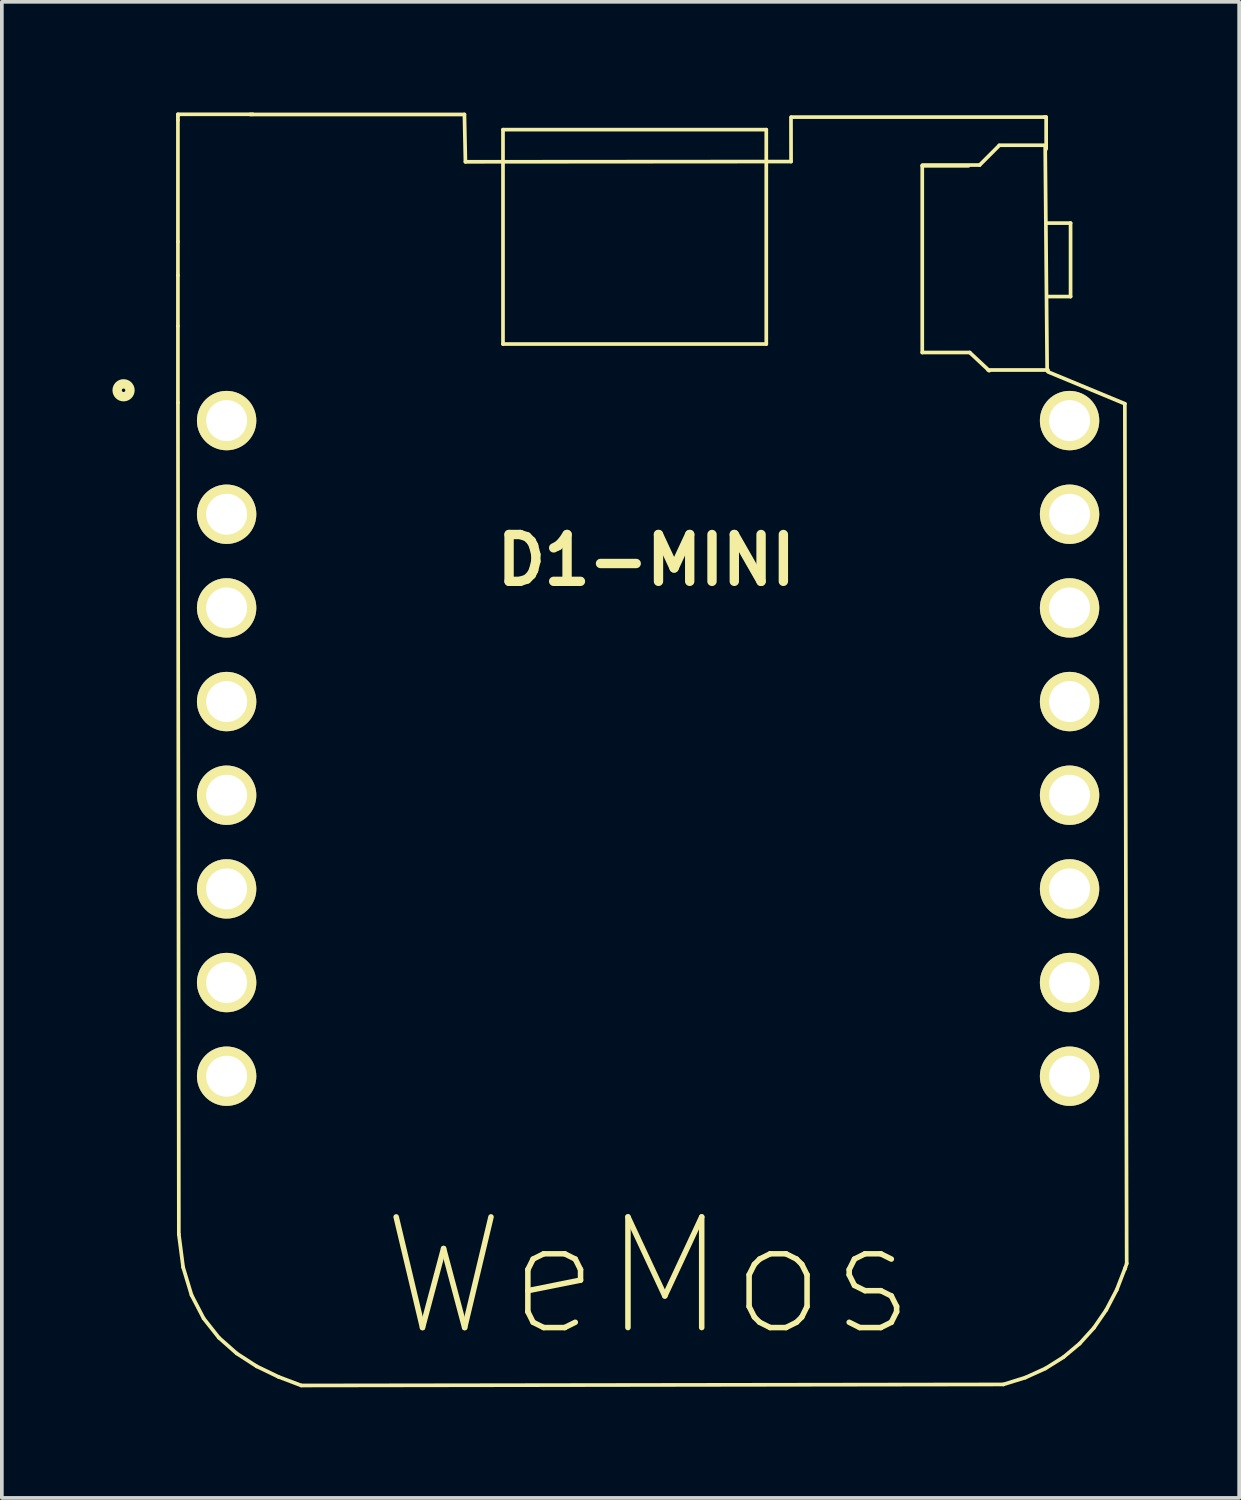
<source format=kicad_pcb>
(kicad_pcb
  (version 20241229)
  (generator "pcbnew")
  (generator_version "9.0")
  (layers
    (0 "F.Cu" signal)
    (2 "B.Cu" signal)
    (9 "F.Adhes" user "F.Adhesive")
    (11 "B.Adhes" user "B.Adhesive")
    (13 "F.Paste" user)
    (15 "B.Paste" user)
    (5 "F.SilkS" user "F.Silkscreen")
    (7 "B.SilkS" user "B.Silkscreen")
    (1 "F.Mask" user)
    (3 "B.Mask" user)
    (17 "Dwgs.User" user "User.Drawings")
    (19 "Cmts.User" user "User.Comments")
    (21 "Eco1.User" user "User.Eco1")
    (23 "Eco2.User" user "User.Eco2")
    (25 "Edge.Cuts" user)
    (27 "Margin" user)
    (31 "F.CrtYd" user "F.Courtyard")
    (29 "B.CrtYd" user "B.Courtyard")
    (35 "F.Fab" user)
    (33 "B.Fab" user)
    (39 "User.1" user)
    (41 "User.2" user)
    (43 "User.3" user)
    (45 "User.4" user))
  (footprint "D1-MINI"
    (layer "F.Cu")
    (at 14.526 17.246)
    (property "Reference" "D1-MINI" (at -0.051 -5.105 0) (layer "F.SilkS") (effects (font (size 1.27 1.27) (thickness 0.254))))
    (attr through_hole)
    (fp_line (start -12.751 -17.196) (end -10.719 -17.196) (stroke (width 0.1) (type solid)) (layer "F.SilkS"))
    (fp_line (start -12.751 -17.145) (end -12.751 -17.196) (stroke (width 0.1) (type solid)) (layer "F.SilkS"))
    (fp_line (start -12.751 -17.043) (end -12.751 -17.145) (stroke (width 0.1) (type solid)) (layer "F.SilkS"))
    (fp_line (start -12.751 -13.741) (end -12.751 -17.043) (stroke (width 0.1) (type solid)) (layer "F.SilkS"))
    (fp_line (start -12.751 -12.827) (end -12.751 -13.741) (stroke (width 0.1) (type solid)) (layer "F.SilkS"))
    (fp_line (start -12.751 -11.455) (end -12.751 -12.827) (stroke (width 0.1) (type solid)) (layer "F.SilkS"))
    (fp_line (start -12.751 -9.373) (end -12.751 -11.455) (stroke (width 0.1) (type solid)) (layer "F.SilkS"))
    (fp_line (start -12.726 13.177) (end -12.751 -9.378) (stroke (width 0.1) (type solid)) (layer "F.SilkS"))
    (fp_line (start -12.61 14.07) (end -12.726 13.177) (stroke (width 0.1) (type solid)) (layer "F.SilkS"))
    (fp_line (start -12.382 14.825) (end -12.61 14.07) (stroke (width 0.1) (type solid)) (layer "F.SilkS"))
    (fp_line (start -12.054 15.457) (end -12.382 14.825) (stroke (width 0.1) (type solid)) (layer "F.SilkS"))
    (fp_line (start -11.641 15.98) (end -12.054 15.457) (stroke (width 0.1) (type solid)) (layer "F.SilkS"))
    (fp_line (start -11.156 16.409) (end -11.641 15.98) (stroke (width 0.1) (type solid)) (layer "F.SilkS"))
    (fp_line (start -10.792 -17.192) (end -4.981 -17.192) (stroke (width 0.1) (type solid)) (layer "F.SilkS"))
    (fp_line (start -10.613 16.759) (end -11.156 16.409) (stroke (width 0.1) (type solid)) (layer "F.SilkS"))
    (fp_line (start -10.024 17.043) (end -10.613 16.759) (stroke (width 0.1) (type solid)) (layer "F.SilkS"))
    (fp_line (start -9.405 17.277) (end -10.024 17.043) (stroke (width 0.1) (type solid)) (layer "F.SilkS"))
    (fp_line (start -4.981 -17.192) (end -4.954 -15.908) (stroke (width 0.1) (type solid)) (layer "F.SilkS"))
    (fp_line (start -4.954 -15.908) (end 3.877 -15.915) (stroke (width 0.1) (type solid)) (layer "F.SilkS"))
    (fp_line (start -3.935 -16.78) (end 3.205 -16.78) (stroke (width 0.1) (type solid)) (layer "F.SilkS"))
    (fp_line (start -3.935 -10.966) (end -3.935 -16.78) (stroke (width 0.1) (type solid)) (layer "F.SilkS"))
    (fp_line (start 3.205 -16.78) (end 3.205 -10.966) (stroke (width 0.1) (type solid)) (layer "F.SilkS"))
    (fp_line (start 3.205 -10.966) (end -3.935 -10.966) (stroke (width 0.1) (type solid)) (layer "F.SilkS"))
    (fp_line (start 3.877 -15.915) (end 3.875 -17.117) (stroke (width 0.1) (type solid)) (layer "F.SilkS"))
    (fp_line (start 3.886 -17.12) (end 10.744 -17.12) (stroke (width 0.1) (type solid)) (layer "F.SilkS"))
    (fp_line (start 7.435 -15.799) (end 7.435 -10.736) (stroke (width 0.1) (type solid)) (layer "F.SilkS"))
    (fp_line (start 7.435 -10.736) (end 8.723 -10.736) (stroke (width 0.1) (type solid)) (layer "F.SilkS"))
    (fp_line (start 8.688 -15.799) (end 7.435 -15.799) (stroke (width 0.1) (type solid)) (layer "F.SilkS"))
    (fp_line (start 8.723 -10.736) (end 9.252 -10.242) (stroke (width 0.1) (type solid)) (layer "F.SilkS"))
    (fp_line (start 8.991 -15.82) (end 7.439 -15.82) (stroke (width 0.1) (type solid)) (layer "F.SilkS"))
    (fp_line (start 9.52 -16.349) (end 8.991 -15.82) (stroke (width 0.1) (type solid)) (layer "F.SilkS"))
    (fp_line (start 9.525 -16.358) (end 10.744 -16.358) (stroke (width 0.1) (type solid)) (layer "F.SilkS"))
    (fp_line (start 9.633 17.249) (end -9.405 17.277) (stroke (width 0.1) (type solid)) (layer "F.SilkS"))
    (fp_line (start 10.231 17.063) (end 9.633 17.249) (stroke (width 0.1) (type solid)) (layer "F.SilkS"))
    (fp_line (start 10.744 -17.12) (end 10.795 -17.12) (stroke (width 0.1) (type solid)) (layer "F.SilkS"))
    (fp_line (start 10.775 16.816) (end 10.231 17.063) (stroke (width 0.1) (type solid)) (layer "F.SilkS"))
    (fp_line (start 10.795 -17.12) (end 10.795 -16.256) (stroke (width 0.1) (type solid)) (layer "F.SilkS"))
    (fp_line (start 10.804 -14.246) (end 11.457 -14.246) (stroke (width 0.1) (type solid)) (layer "F.SilkS"))
    (fp_line (start 10.822 -10.242) (end 10.769 -16.328) (stroke (width 0.1) (type solid)) (layer "F.SilkS"))
    (fp_line (start 10.846 -10.262) (end 9.22 -10.262) (stroke (width 0.1) (type solid)) (layer "F.SilkS"))
    (fp_line (start 11.266 16.508) (end 10.775 16.816) (stroke (width 0.1) (type solid)) (layer "F.SilkS"))
    (fp_line (start 11.457 -14.246) (end 11.457 -12.253) (stroke (width 0.1) (type solid)) (layer "F.SilkS"))
    (fp_line (start 11.457 -12.253) (end 10.84 -12.253) (stroke (width 0.1) (type solid)) (layer "F.SilkS"))
    (fp_line (start 11.704 16.141) (end 11.266 16.508) (stroke (width 0.1) (type solid)) (layer "F.SilkS"))
    (fp_line (start 12.091 15.713) (end 11.704 16.141) (stroke (width 0.1) (type solid)) (layer "F.SilkS"))
    (fp_line (start 12.425 15.227) (end 12.091 15.713) (stroke (width 0.1) (type solid)) (layer "F.SilkS"))
    (fp_line (start 12.709 14.682) (end 12.425 15.227) (stroke (width 0.1) (type solid)) (layer "F.SilkS"))
    (fp_line (start 12.929 -9.347) (end 10.846 -10.211) (stroke (width 0.1) (type solid)) (layer "F.SilkS"))
    (fp_line (start 12.929 -9.347) (end 12.979 13.97) (stroke (width 0.1) (type solid)) (layer "F.SilkS"))
    (fp_line (start 12.942 14.079) (end 12.709 14.682) (stroke (width 0.1) (type solid)) (layer "F.SilkS"))
    (fp_line (start 12.979 13.97) (end 12.929 14.122) (stroke (width 0.1) (type solid)) (layer "F.SilkS"))
    (fp_circle (center -14.225 -9.712) (end -14.399 -9.712) (stroke (width 0.254) (type solid)) (fill no) (layer "F.SilkS"))
    (fp_text user "WeMos" (at 0.025 14.326 180) (layer "F.SilkS") (effects (font (size 3 3) (thickness 0.15))))
    (pad "1" thru_hole circle (at -11.43 -8.89 90) (size 1.61 1.61) (drill 1.11) (layers "*.Cu" "*.Mask" "F.SilkS"))
    (pad "2" thru_hole circle (at -11.43 -6.35 90) (size 1.61 1.61) (drill 1.11) (layers "*.Cu" "*.Mask" "F.SilkS"))
    (pad "3" thru_hole circle (at -11.43 -3.81 90) (size 1.61 1.61) (drill 1.11) (layers "*.Cu" "*.Mask" "F.SilkS"))
    (pad "4" thru_hole circle (at -11.43 -1.27 90) (size 1.61 1.61) (drill 1.11) (layers "*.Cu" "*.Mask" "F.SilkS"))
    (pad "5" thru_hole circle (at -11.43 1.27 90) (size 1.61 1.61) (drill 1.11) (layers "*.Cu" "*.Mask" "F.SilkS"))
    (pad "6" thru_hole circle (at -11.43 3.81 90) (size 1.61 1.61) (drill 1.11) (layers "*.Cu" "*.Mask" "F.SilkS"))
    (pad "7" thru_hole circle (at -11.43 6.35 90) (size 1.61 1.61) (drill 1.11) (layers "*.Cu" "*.Mask" "F.SilkS"))
    (pad "8" thru_hole circle (at -11.43 8.89 90) (size 1.61 1.61) (drill 1.11) (layers "*.Cu" "*.Mask" "F.SilkS"))
    (pad "9" thru_hole circle (at 11.43 8.89 90) (size 1.61 1.61) (drill 1.11) (layers "*.Cu" "*.Mask" "F.SilkS"))
    (pad "10" thru_hole circle (at 11.43 6.35 90) (size 1.61 1.61) (drill 1.11) (layers "*.Cu" "*.Mask" "F.SilkS"))
    (pad "11" thru_hole circle (at 11.43 3.81 90) (size 1.61 1.61) (drill 1.11) (layers "*.Cu" "*.Mask" "F.SilkS"))
    (pad "12" thru_hole circle (at 11.43 1.27 90) (size 1.61 1.61) (drill 1.11) (layers "*.Cu" "*.Mask" "F.SilkS"))
    (pad "13" thru_hole circle (at 11.43 -1.27 90) (size 1.61 1.61) (drill 1.11) (layers "*.Cu" "*.Mask" "F.SilkS"))
    (pad "14" thru_hole circle (at 11.43 -3.81 90) (size 1.61 1.61) (drill 1.11) (layers "*.Cu" "*.Mask" "F.SilkS"))
    (pad "15" thru_hole circle (at 11.43 -6.35 90) (size 1.61 1.61) (drill 1.11) (layers "*.Cu" "*.Mask" "F.SilkS"))
    (pad "16" thru_hole circle (at 11.43 -8.89 90) (size 1.61 1.61) (drill 1.11) (layers "*.Cu" "*.Mask" "F.SilkS")))
  (gr_rect
    (start -3 -3)
    (end 30.555 37.573)
    (stroke (width 0.1) (type default))
    (fill no)
    (layer "Edge.Cuts")))
</source>
